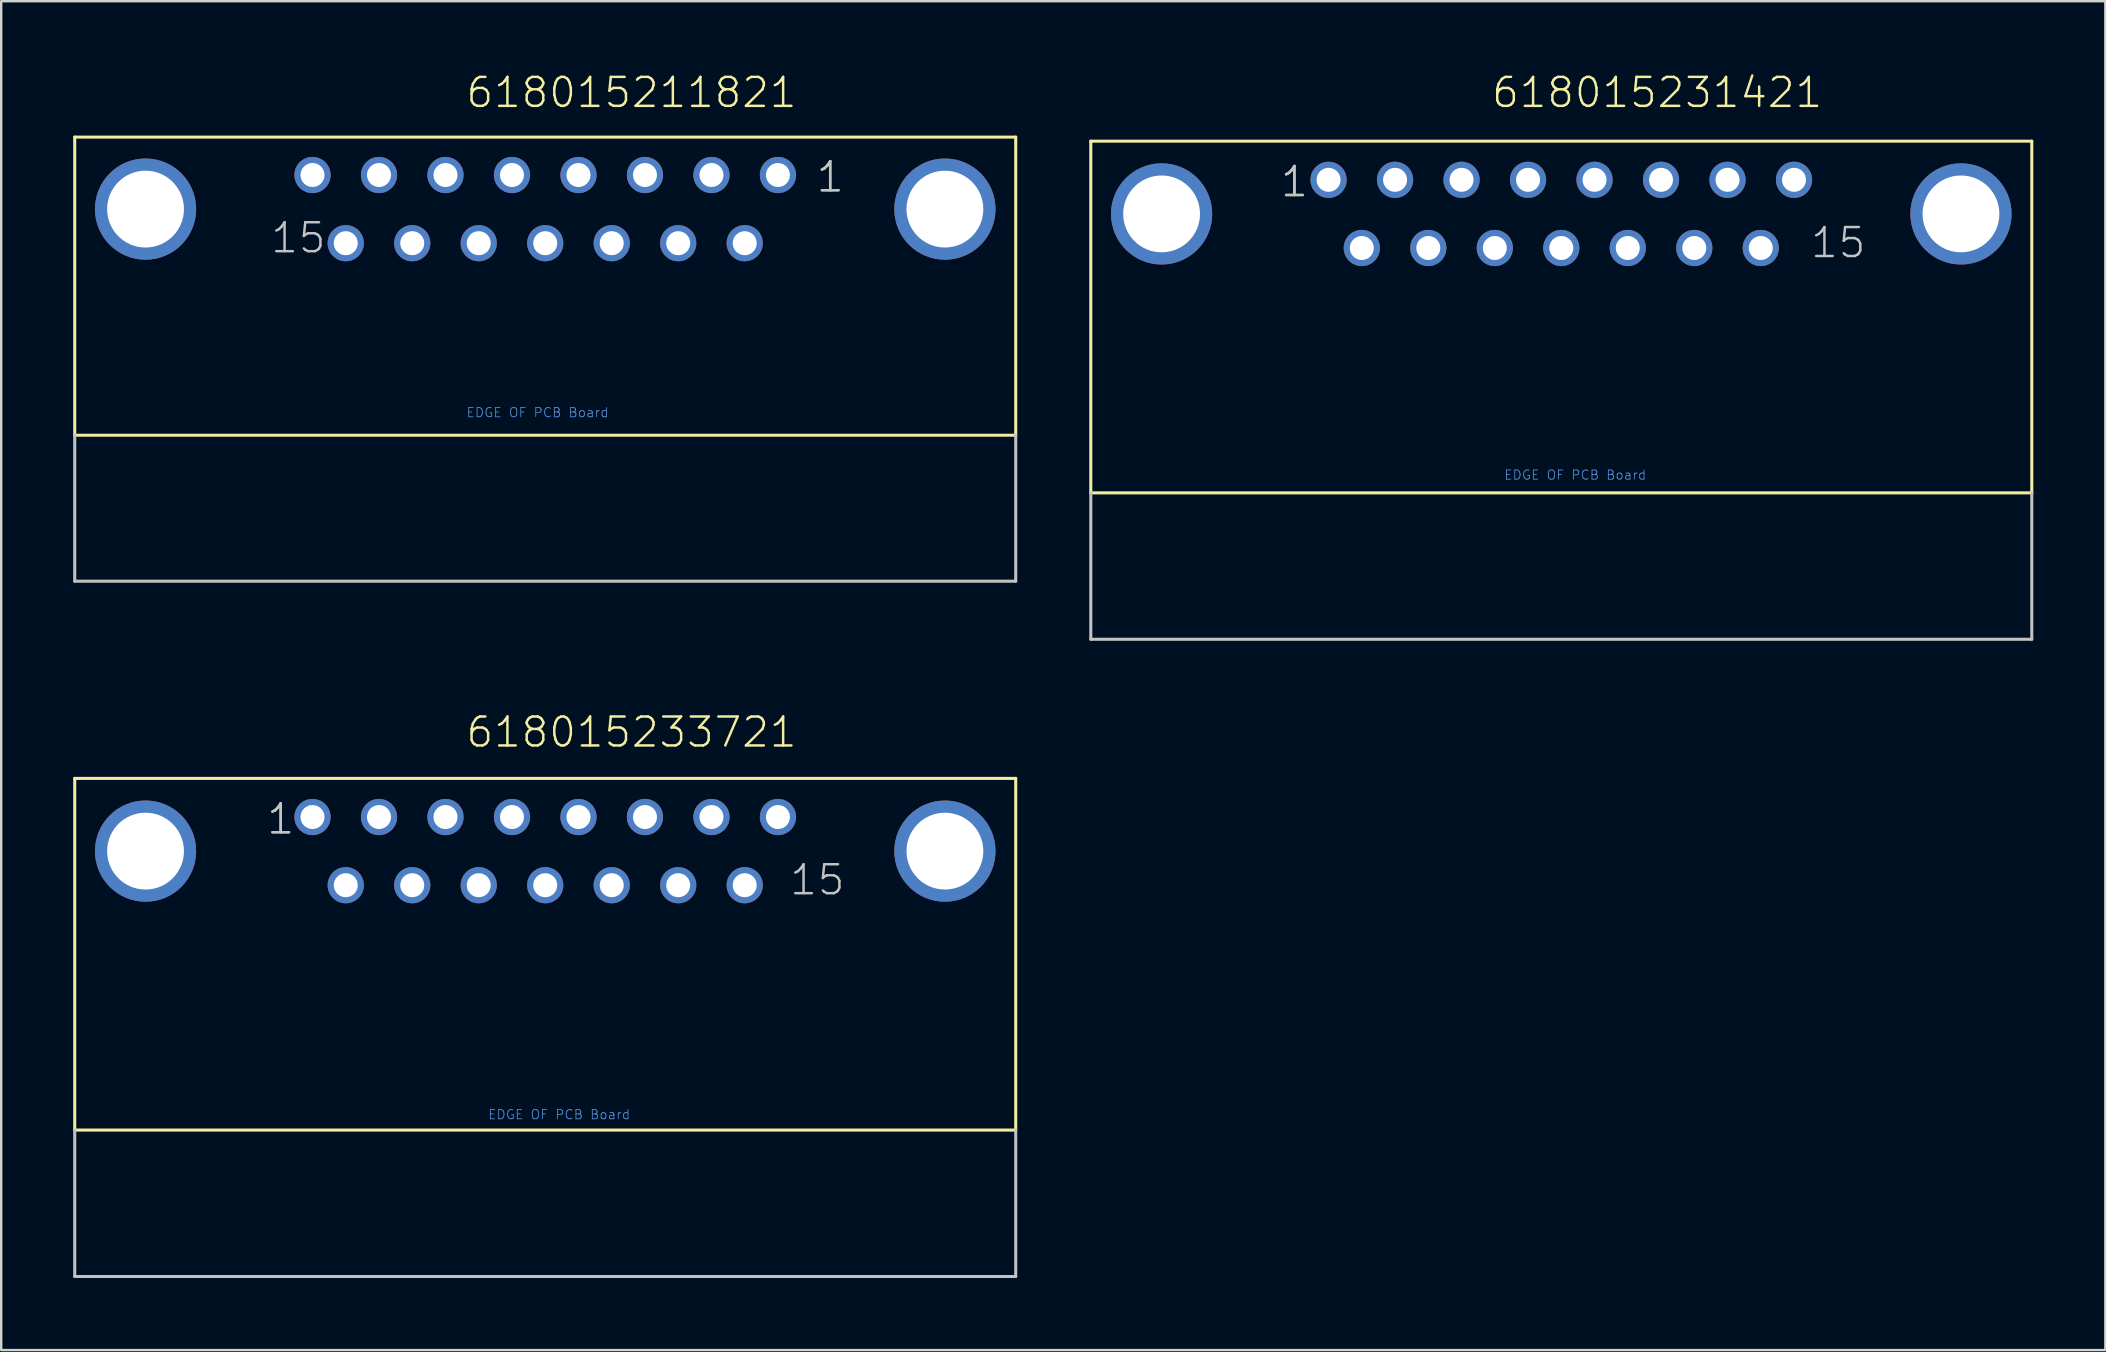
<source format=kicad_pcb>
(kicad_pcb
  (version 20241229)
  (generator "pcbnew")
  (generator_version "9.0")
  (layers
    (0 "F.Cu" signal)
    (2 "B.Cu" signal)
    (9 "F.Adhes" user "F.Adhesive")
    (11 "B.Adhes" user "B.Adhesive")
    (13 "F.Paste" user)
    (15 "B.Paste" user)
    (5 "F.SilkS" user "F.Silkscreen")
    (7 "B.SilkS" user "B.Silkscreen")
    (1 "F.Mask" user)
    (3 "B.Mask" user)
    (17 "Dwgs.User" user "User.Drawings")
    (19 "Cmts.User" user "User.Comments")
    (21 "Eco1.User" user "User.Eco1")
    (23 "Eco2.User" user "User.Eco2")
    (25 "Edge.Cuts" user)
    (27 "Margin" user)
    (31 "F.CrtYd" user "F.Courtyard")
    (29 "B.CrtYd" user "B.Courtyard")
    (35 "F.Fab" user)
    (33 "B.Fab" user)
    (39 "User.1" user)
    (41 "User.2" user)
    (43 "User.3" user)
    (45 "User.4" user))
  (footprint "618015211821"
    (layer "F.Cu")
    (at 19.663 5.661)
    (property "Reference" "618015211821" (at -3.365 -4.15 0) (layer "F.SilkS") (effects (font (size 1.206 1.206) (thickness 0.102)) (justify left bottom)))
    (attr through_hole)
    (fp_line (start -19.6 -3) (end 19.6 -3) (stroke (width 0.127) (type solid)) (layer "F.SilkS"))
    (fp_line (start -19.6 9.42) (end -19.6 -3) (stroke (width 0.127) (type solid)) (layer "F.SilkS"))
    (fp_line (start 19.6 -3) (end 19.6 9.42) (stroke (width 0.127) (type solid)) (layer "F.SilkS"))
    (fp_line (start 19.6 9.42) (end -19.6 9.42) (stroke (width 0.127) (type solid)) (layer "F.SilkS"))
    (fp_line (start -19.6 15.5) (end -19.6 9.42) (stroke (width 0.127) (type solid)) (layer "Dwgs.User"))
    (fp_line (start 19.6 9.42) (end 19.6 15.5) (stroke (width 0.127) (type solid)) (layer "Dwgs.User"))
    (fp_line (start 19.6 15.5) (end -19.6 15.5) (stroke (width 0.127) (type solid)) (layer "Dwgs.User"))
    (fp_text user "1" (at 11.23 -0.635 0) (layer "F.SilkS") (effects (font (size 1.206 1.206) (thickness 0.102)) (justify left bottom)))
    (fp_text user "1" (at 11.23 -0.635 0) (layer "Dwgs.User") (effects (font (size 1.206 1.206) (thickness 0.102)) (justify left bottom)))
    (fp_text user "15" (at -11.5 1.905 0) (layer "Dwgs.User") (effects (font (size 1.206 1.206) (thickness 0.102)) (justify left bottom)))
    (fp_text user "EDGE OF PCB Board" (at -3.3 8.7 0) (layer "Cmts.User") (effects (font (size 0.386 0.386) (thickness 0.033)) (justify left bottom)))
    (pad "1" thru_hole circle (at 9.695 -1.42) (size 1.508 1.508) (drill 1) (layers "*.Cu" "*.Mask"))
    (pad "2" thru_hole circle (at 6.925 -1.42) (size 1.508 1.508) (drill 1) (layers "*.Cu" "*.Mask"))
    (pad "3" thru_hole circle (at 4.155 -1.42) (size 1.508 1.508) (drill 1) (layers "*.Cu" "*.Mask"))
    (pad "4" thru_hole circle (at 1.385 -1.42) (size 1.508 1.508) (drill 1) (layers "*.Cu" "*.Mask"))
    (pad "5" thru_hole circle (at -1.385 -1.42) (size 1.508 1.508) (drill 1) (layers "*.Cu" "*.Mask"))
    (pad "6" thru_hole circle (at -4.155 -1.42) (size 1.508 1.508) (drill 1) (layers "*.Cu" "*.Mask"))
    (pad "7" thru_hole circle (at -6.925 -1.42) (size 1.508 1.508) (drill 1) (layers "*.Cu" "*.Mask"))
    (pad "8" thru_hole circle (at -9.695 -1.42) (size 1.508 1.508) (drill 1) (layers "*.Cu" "*.Mask"))
    (pad "9" thru_hole circle (at 8.31 1.42) (size 1.508 1.508) (drill 1) (layers "*.Cu" "*.Mask"))
    (pad "10" thru_hole circle (at 5.54 1.42) (size 1.508 1.508) (drill 1) (layers "*.Cu" "*.Mask"))
    (pad "11" thru_hole circle (at 2.77 1.42) (size 1.508 1.508) (drill 1) (layers "*.Cu" "*.Mask"))
    (pad "12" thru_hole circle (at 0 1.42) (size 1.508 1.508) (drill 1) (layers "*.Cu" "*.Mask"))
    (pad "13" thru_hole circle (at -2.77 1.42) (size 1.508 1.508) (drill 1) (layers "*.Cu" "*.Mask"))
    (pad "14" thru_hole circle (at -5.54 1.42) (size 1.508 1.508) (drill 1) (layers "*.Cu" "*.Mask"))
    (pad "15" thru_hole circle (at -8.31 1.42) (size 1.508 1.508) (drill 1) (layers "*.Cu" "*.Mask"))
    (pad "SHEL" thru_hole circle (at -16.65 0) (size 4.216 4.216) (drill 3.2) (layers "*.Cu" "*.Mask"))
    (pad "SHEL" thru_hole circle (at 16.65 0) (size 4.216 4.216) (drill 3.2) (layers "*.Cu" "*.Mask")))
  (footprint "618015233721"
    (layer "F.Cu")
    (at 19.663 32.406)
    (property "Reference" "618015233721" (at -3.365 -4.25 0) (layer "F.SilkS") (effects (font (size 1.206 1.206) (thickness 0.102)) (justify left bottom)))
    (attr through_hole)
    (fp_line (start -19.6 -3.03) (end 19.6 -3.03) (stroke (width 0.127) (type solid)) (layer "F.SilkS"))
    (fp_line (start -19.6 11.62) (end -19.6 -3.03) (stroke (width 0.127) (type solid)) (layer "F.SilkS"))
    (fp_line (start 19.6 -3.03) (end 19.6 11.62) (stroke (width 0.127) (type solid)) (layer "F.SilkS"))
    (fp_line (start 19.6 11.62) (end -19.6 11.62) (stroke (width 0.127) (type solid)) (layer "F.SilkS"))
    (fp_line (start -19.6 17.72) (end -19.6 11.62) (stroke (width 0.127) (type solid)) (layer "Dwgs.User"))
    (fp_line (start 19.6 11.62) (end 19.6 17.72) (stroke (width 0.127) (type solid)) (layer "Dwgs.User"))
    (fp_line (start 19.6 17.72) (end -19.6 17.72) (stroke (width 0.127) (type solid)) (layer "Dwgs.User"))
    (fp_text user "1" (at -11.66 -0.635 0) (layer "F.SilkS") (effects (font (size 1.206 1.206) (thickness 0.102)) (justify left bottom)))
    (fp_text user "15" (at 10.12 1.905 0) (layer "Dwgs.User") (effects (font (size 1.206 1.206) (thickness 0.102)) (justify left bottom)))
    (fp_text user "1" (at -11.66 -0.635 0) (layer "Dwgs.User") (effects (font (size 1.206 1.206) (thickness 0.102)) (justify left bottom)))
    (fp_text user "EDGE OF PCB Board" (at -2.4 11.2 0) (layer "Cmts.User") (effects (font (size 0.386 0.386) (thickness 0.033)) (justify left bottom)))
    (pad "1" thru_hole circle (at -9.695 -1.42) (size 1.508 1.508) (drill 1) (layers "*.Cu" "*.Mask"))
    (pad "2" thru_hole circle (at -6.925 -1.42) (size 1.508 1.508) (drill 1) (layers "*.Cu" "*.Mask"))
    (pad "3" thru_hole circle (at -4.155 -1.42) (size 1.508 1.508) (drill 1) (layers "*.Cu" "*.Mask"))
    (pad "4" thru_hole circle (at -1.385 -1.42) (size 1.508 1.508) (drill 1) (layers "*.Cu" "*.Mask"))
    (pad "5" thru_hole circle (at 1.385 -1.42) (size 1.508 1.508) (drill 1) (layers "*.Cu" "*.Mask"))
    (pad "6" thru_hole circle (at 4.155 -1.42) (size 1.508 1.508) (drill 1) (layers "*.Cu" "*.Mask"))
    (pad "7" thru_hole circle (at 6.925 -1.42) (size 1.508 1.508) (drill 1) (layers "*.Cu" "*.Mask"))
    (pad "8" thru_hole circle (at 9.695 -1.42) (size 1.508 1.508) (drill 1) (layers "*.Cu" "*.Mask"))
    (pad "9" thru_hole circle (at -8.31 1.42) (size 1.508 1.508) (drill 1) (layers "*.Cu" "*.Mask"))
    (pad "10" thru_hole circle (at -5.54 1.42) (size 1.508 1.508) (drill 1) (layers "*.Cu" "*.Mask"))
    (pad "11" thru_hole circle (at -2.77 1.42) (size 1.508 1.508) (drill 1) (layers "*.Cu" "*.Mask"))
    (pad "12" thru_hole circle (at 0 1.42) (size 1.508 1.508) (drill 1) (layers "*.Cu" "*.Mask"))
    (pad "13" thru_hole circle (at 2.77 1.42) (size 1.508 1.508) (drill 1) (layers "*.Cu" "*.Mask"))
    (pad "14" thru_hole circle (at 5.54 1.42) (size 1.508 1.508) (drill 1) (layers "*.Cu" "*.Mask"))
    (pad "15" thru_hole circle (at 8.31 1.42) (size 1.508 1.508) (drill 1) (layers "*.Cu" "*.Mask"))
    (pad "SHEL" thru_hole circle (at -16.65 0) (size 4.216 4.216) (drill 3.2) (layers "*.Cu" "*.Mask"))
    (pad "SHEL" thru_hole circle (at 16.65 0) (size 4.216 4.216) (drill 3.2) (layers "*.Cu" "*.Mask")))
  (footprint "618015231421"
    (layer "F.Cu")
    (at 61.99 5.861)
    (property "Reference" "618015231421" (at -2.965 -4.35 0) (layer "F.SilkS") (effects (font (size 1.206 1.206) (thickness 0.102)) (justify left bottom)))
    (attr through_hole)
    (fp_line (start -19.6 -3.03) (end 19.6 -3.03) (stroke (width 0.127) (type solid)) (layer "F.SilkS"))
    (fp_line (start -19.6 11.62) (end -19.6 -3.03) (stroke (width 0.127) (type solid)) (layer "F.SilkS"))
    (fp_line (start 19.6 -3.03) (end 19.6 11.62) (stroke (width 0.127) (type solid)) (layer "F.SilkS"))
    (fp_line (start 19.6 11.62) (end -19.6 11.62) (stroke (width 0.127) (type solid)) (layer "F.SilkS"))
    (fp_line (start -19.6 17.72) (end -19.6 11.62) (stroke (width 0.127) (type solid)) (layer "Dwgs.User"))
    (fp_line (start 19.6 11.62) (end 19.6 17.72) (stroke (width 0.127) (type solid)) (layer "Dwgs.User"))
    (fp_line (start 19.6 17.72) (end -19.6 17.72) (stroke (width 0.127) (type solid)) (layer "Dwgs.User"))
    (fp_text user "1" (at -11.76 -0.635 0) (layer "F.SilkS") (effects (font (size 1.206 1.206) (thickness 0.102)) (justify left bottom)))
    (fp_text user "1" (at -11.76 -0.635 0) (layer "Dwgs.User") (effects (font (size 1.206 1.206) (thickness 0.102)) (justify left bottom)))
    (fp_text user "15" (at 10.32 1.905 0) (layer "Dwgs.User") (effects (font (size 1.206 1.206) (thickness 0.102)) (justify left bottom)))
    (fp_text user "EDGE OF PCB Board" (at -2.4 11.1 0) (layer "Cmts.User") (effects (font (size 0.386 0.386) (thickness 0.033)) (justify left bottom)))
    (pad "1" thru_hole circle (at -9.695 -1.42) (size 1.508 1.508) (drill 1) (layers "*.Cu" "*.Mask"))
    (pad "2" thru_hole circle (at -6.925 -1.42) (size 1.508 1.508) (drill 1) (layers "*.Cu" "*.Mask"))
    (pad "3" thru_hole circle (at -4.155 -1.42) (size 1.508 1.508) (drill 1) (layers "*.Cu" "*.Mask"))
    (pad "4" thru_hole circle (at -1.385 -1.42) (size 1.508 1.508) (drill 1) (layers "*.Cu" "*.Mask"))
    (pad "5" thru_hole circle (at 1.385 -1.42) (size 1.508 1.508) (drill 1) (layers "*.Cu" "*.Mask"))
    (pad "6" thru_hole circle (at 4.155 -1.42) (size 1.508 1.508) (drill 1) (layers "*.Cu" "*.Mask"))
    (pad "7" thru_hole circle (at 6.925 -1.42) (size 1.508 1.508) (drill 1) (layers "*.Cu" "*.Mask"))
    (pad "8" thru_hole circle (at 9.695 -1.42) (size 1.508 1.508) (drill 1) (layers "*.Cu" "*.Mask"))
    (pad "9" thru_hole circle (at -8.31 1.42) (size 1.508 1.508) (drill 1) (layers "*.Cu" "*.Mask"))
    (pad "10" thru_hole circle (at -5.54 1.42) (size 1.508 1.508) (drill 1) (layers "*.Cu" "*.Mask"))
    (pad "11" thru_hole circle (at -2.77 1.42) (size 1.508 1.508) (drill 1) (layers "*.Cu" "*.Mask"))
    (pad "12" thru_hole circle (at 0 1.42) (size 1.508 1.508) (drill 1) (layers "*.Cu" "*.Mask"))
    (pad "13" thru_hole circle (at 2.77 1.42) (size 1.508 1.508) (drill 1) (layers "*.Cu" "*.Mask"))
    (pad "14" thru_hole circle (at 5.54 1.42) (size 1.508 1.508) (drill 1) (layers "*.Cu" "*.Mask"))
    (pad "15" thru_hole circle (at 8.31 1.42) (size 1.508 1.508) (drill 1) (layers "*.Cu" "*.Mask"))
    (pad "SHEL" thru_hole circle (at -16.65 0) (size 4.216 4.216) (drill 3.2) (layers "*.Cu" "*.Mask"))
    (pad "SHYE" thru_hole circle (at 16.65 0) (size 4.216 4.216) (drill 3.2) (layers "*.Cu" "*.Mask")))
  (gr_rect
    (start -3 -3)
    (end 84.654 53.19)
    (stroke (width 0.1) (type default))
    (fill no)
    (layer "Edge.Cuts")))
</source>
